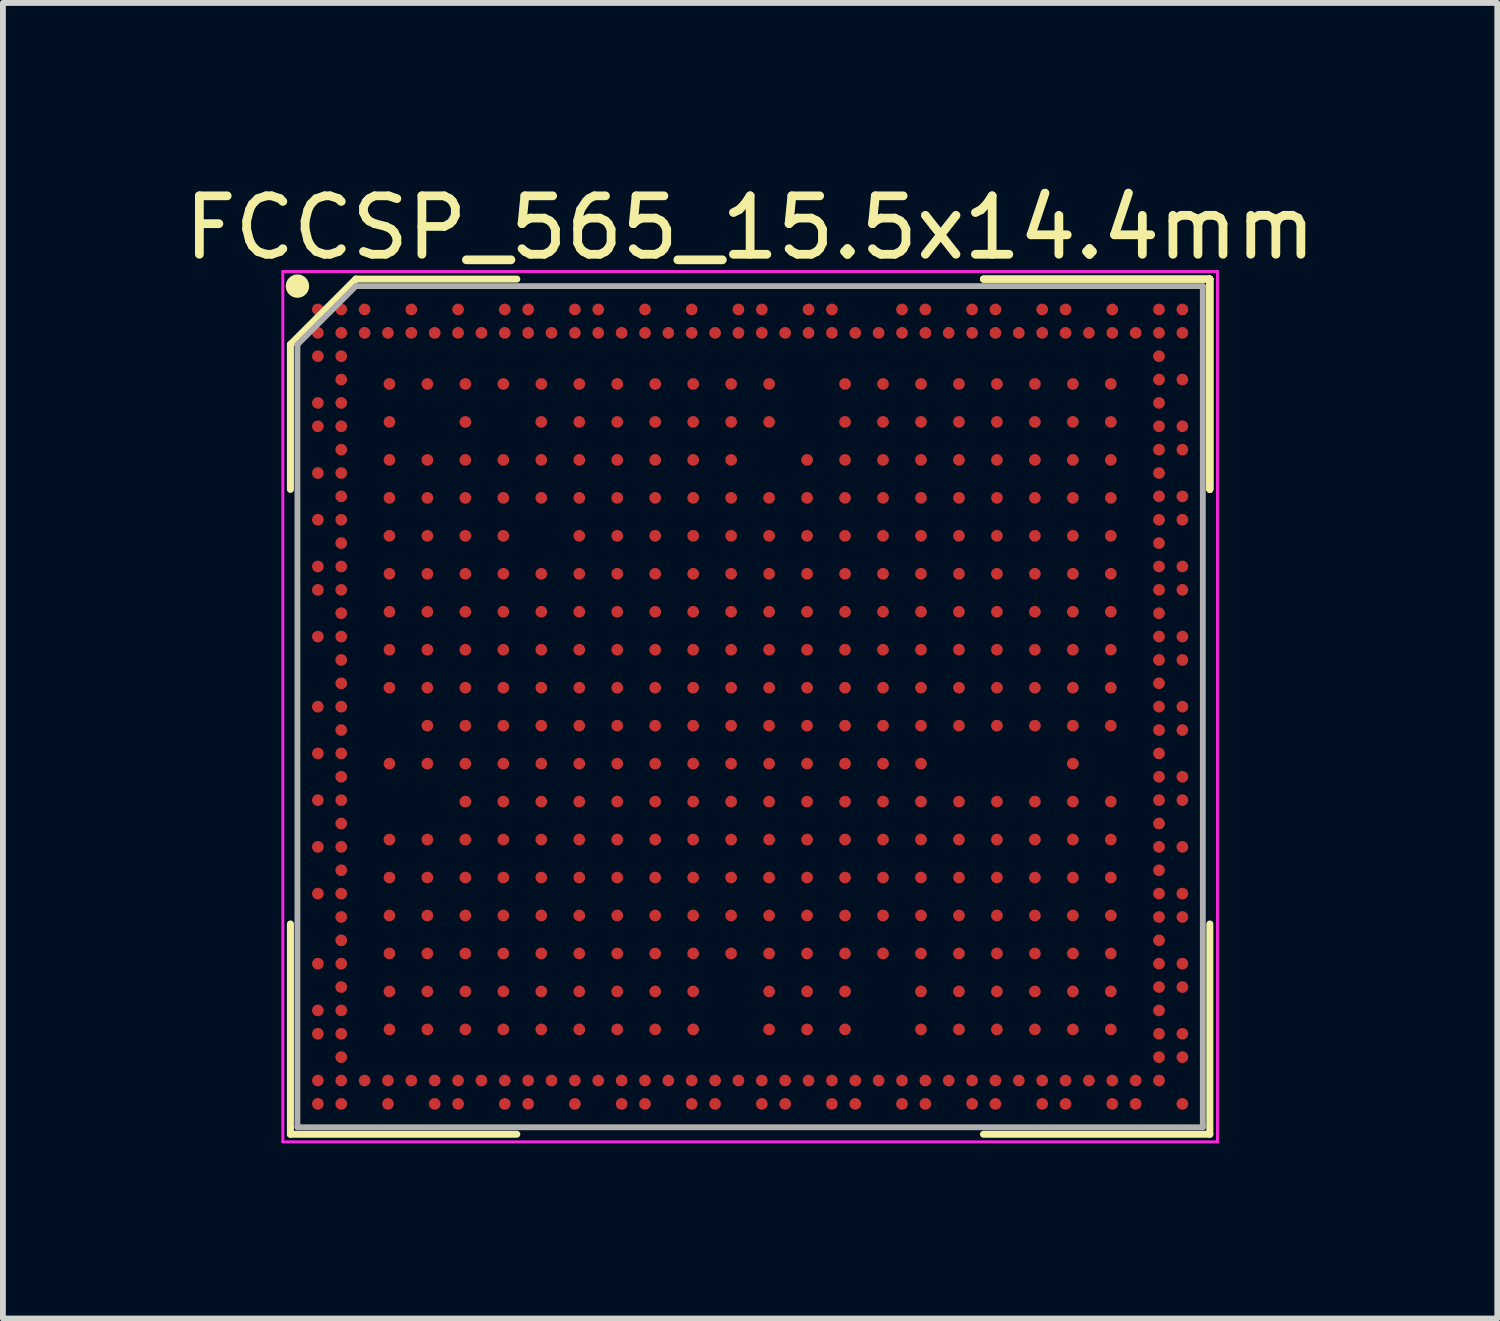
<source format=kicad_pcb>
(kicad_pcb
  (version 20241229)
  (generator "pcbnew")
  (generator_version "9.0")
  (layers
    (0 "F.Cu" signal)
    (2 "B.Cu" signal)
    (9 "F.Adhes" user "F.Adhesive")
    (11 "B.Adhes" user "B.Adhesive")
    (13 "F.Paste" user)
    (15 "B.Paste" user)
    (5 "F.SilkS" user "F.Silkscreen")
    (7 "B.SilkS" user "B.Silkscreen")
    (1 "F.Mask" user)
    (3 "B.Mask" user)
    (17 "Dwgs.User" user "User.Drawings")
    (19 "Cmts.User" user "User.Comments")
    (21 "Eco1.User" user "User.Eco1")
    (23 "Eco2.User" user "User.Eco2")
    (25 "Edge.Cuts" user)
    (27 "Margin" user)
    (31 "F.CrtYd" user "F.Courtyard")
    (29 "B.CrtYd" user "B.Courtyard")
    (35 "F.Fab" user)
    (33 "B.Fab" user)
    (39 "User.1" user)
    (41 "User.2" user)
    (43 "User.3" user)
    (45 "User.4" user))
  (footprint "FCCSP_565_15.5x14.4mm"
    (layer "F.Cu")
    (at 9.792 9.048)
    (property "Reference" "FCCSP_565_15.5x14.4mm" (at 0 -8.2 0) (layer "F.SilkS") (effects (font (size 1 1) (thickness 0.15))))
    (attr through_hole)
    (fp_line (start -7.87 -6.2) (end -7.87 -3.72) (stroke (width 0.12) (type solid)) (layer "F.SilkS"))
    (fp_line (start -7.87 7.32) (end -7.87 3.72) (stroke (width 0.12) (type solid)) (layer "F.SilkS"))
    (fp_line (start -6.75 -7.32) (end -7.87 -6.2) (stroke (width 0.12) (type solid)) (layer "F.SilkS"))
    (fp_line (start -3.995 -7.32) (end -6.75 -7.32) (stroke (width 0.12) (type solid)) (layer "F.SilkS"))
    (fp_line (start -3.995 7.32) (end -7.87 7.32) (stroke (width 0.12) (type solid)) (layer "F.SilkS"))
    (fp_line (start 3.995 -7.32) (end 7.87 -7.32) (stroke (width 0.12) (type solid)) (layer "F.SilkS"))
    (fp_line (start 3.995 -7.32) (end 7.87 -7.32) (stroke (width 0.12) (type solid)) (layer "F.SilkS"))
    (fp_line (start 3.995 -7.32) (end 7.87 -7.32) (stroke (width 0.12) (type solid)) (layer "F.SilkS"))
    (fp_line (start 3.995 7.32) (end 7.87 7.32) (stroke (width 0.12) (type solid)) (layer "F.SilkS"))
    (fp_line (start 7.87 -7.32) (end 7.87 -3.72) (stroke (width 0.12) (type solid)) (layer "F.SilkS"))
    (fp_line (start 7.87 -7.32) (end 7.87 -3.72) (stroke (width 0.12) (type solid)) (layer "F.SilkS"))
    (fp_line (start 7.87 -7.32) (end 7.87 -3.72) (stroke (width 0.12) (type solid)) (layer "F.SilkS"))
    (fp_line (start 7.87 7.32) (end 7.87 3.72) (stroke (width 0.12) (type solid)) (layer "F.SilkS"))
    (fp_circle (center -7.75 -7.2) (end -7.75 -7.1) (stroke (width 0.2) (type solid)) (fill no) (layer "F.SilkS"))
    (fp_line (start -8 -7.45) (end 8 -7.45) (stroke (width 0.05) (type solid)) (layer "F.CrtYd"))
    (fp_line (start -8 7.45) (end -8 -7.45) (stroke (width 0.05) (type solid)) (layer "F.CrtYd"))
    (fp_line (start 8 -7.45) (end 8 7.45) (stroke (width 0.05) (type solid)) (layer "F.CrtYd"))
    (fp_line (start 8 7.45) (end -8 7.45) (stroke (width 0.05) (type solid)) (layer "F.CrtYd"))
    (fp_line (start -7.75 -6.2) (end -7.75 7.2) (stroke (width 0.1) (type solid)) (layer "F.Fab"))
    (fp_line (start -7.75 7.2) (end 7.75 7.2) (stroke (width 0.1) (type solid)) (layer "F.Fab"))
    (fp_line (start -6.75 -7.2) (end -7.75 -6.2) (stroke (width 0.1) (type solid)) (layer "F.Fab"))
    (fp_line (start 7.75 -7.2) (end -6.75 -7.2) (stroke (width 0.1) (type solid)) (layer "F.Fab"))
    (fp_line (start 7.75 7.2) (end 7.75 -7.2) (stroke (width 0.1) (type solid)) (layer "F.Fab"))
    (pad "1A1" smd circle (at -6.175 -5.525) (size 0.2 0.2) (layers "F.Cu" "F.Mask" "F.Paste"))
    (pad "1A2" smd circle (at -5.525 -5.525) (size 0.2 0.2) (layers "F.Cu" "F.Mask" "F.Paste"))
    (pad "1A3" smd circle (at -4.875 -5.525) (size 0.2 0.2) (layers "F.Cu" "F.Mask" "F.Paste"))
    (pad "1A4" smd circle (at -4.225 -5.525) (size 0.2 0.2) (layers "F.Cu" "F.Mask" "F.Paste"))
    (pad "1A5" smd circle (at -3.575 -5.525) (size 0.2 0.2) (layers "F.Cu" "F.Mask" "F.Paste"))
    (pad "1A6" smd circle (at -2.925 -5.525) (size 0.2 0.2) (layers "F.Cu" "F.Mask" "F.Paste"))
    (pad "1A7" smd circle (at -2.275 -5.525) (size 0.2 0.2) (layers "F.Cu" "F.Mask" "F.Paste"))
    (pad "1A8" smd circle (at -1.625 -5.525) (size 0.2 0.2) (layers "F.Cu" "F.Mask" "F.Paste"))
    (pad "1A9" smd circle (at -0.975 -5.525) (size 0.2 0.2) (layers "F.Cu" "F.Mask" "F.Paste"))
    (pad "1A10" smd circle (at -0.325 -5.525) (size 0.2 0.2) (layers "F.Cu" "F.Mask" "F.Paste"))
    (pad "1A11" smd circle (at 0.325 -5.525) (size 0.2 0.2) (layers "F.Cu" "F.Mask" "F.Paste"))
    (pad "1A13" smd circle (at 1.625 -5.525) (size 0.2 0.2) (layers "F.Cu" "F.Mask" "F.Paste"))
    (pad "1A14" smd circle (at 2.275 -5.525) (size 0.2 0.2) (layers "F.Cu" "F.Mask" "F.Paste"))
    (pad "1A15" smd circle (at 2.925 -5.525) (size 0.2 0.2) (layers "F.Cu" "F.Mask" "F.Paste"))
    (pad "1A16" smd circle (at 3.575 -5.525) (size 0.2 0.2) (layers "F.Cu" "F.Mask" "F.Paste"))
    (pad "1A17" smd circle (at 4.225 -5.525) (size 0.2 0.2) (layers "F.Cu" "F.Mask" "F.Paste"))
    (pad "1A18" smd circle (at 4.875 -5.525) (size 0.2 0.2) (layers "F.Cu" "F.Mask" "F.Paste"))
    (pad "1A19" smd circle (at 5.525 -5.525) (size 0.2 0.2) (layers "F.Cu" "F.Mask" "F.Paste"))
    (pad "1A20" smd circle (at 6.175 -5.525) (size 0.2 0.2) (layers "F.Cu" "F.Mask" "F.Paste"))
    (pad "1B1" smd circle (at -6.175 -4.875) (size 0.2 0.2) (layers "F.Cu" "F.Mask" "F.Paste"))
    (pad "1B3" smd circle (at -4.875 -4.875) (size 0.2 0.2) (layers "F.Cu" "F.Mask" "F.Paste"))
    (pad "1B5" smd circle (at -3.575 -4.875) (size 0.2 0.2) (layers "F.Cu" "F.Mask" "F.Paste"))
    (pad "1B6" smd circle (at -2.925 -4.875) (size 0.2 0.2) (layers "F.Cu" "F.Mask" "F.Paste"))
    (pad "1B7" smd circle (at -2.275 -4.875) (size 0.2 0.2) (layers "F.Cu" "F.Mask" "F.Paste"))
    (pad "1B8" smd circle (at -1.625 -4.875) (size 0.2 0.2) (layers "F.Cu" "F.Mask" "F.Paste"))
    (pad "1B9" smd circle (at -0.975 -4.875) (size 0.2 0.2) (layers "F.Cu" "F.Mask" "F.Paste"))
    (pad "1B10" smd circle (at -0.325 -4.875) (size 0.2 0.2) (layers "F.Cu" "F.Mask" "F.Paste"))
    (pad "1B11" smd circle (at 0.325 -4.875) (size 0.2 0.2) (layers "F.Cu" "F.Mask" "F.Paste"))
    (pad "1B13" smd circle (at 1.625 -4.875) (size 0.2 0.2) (layers "F.Cu" "F.Mask" "F.Paste"))
    (pad "1B14" smd circle (at 2.275 -4.875) (size 0.2 0.2) (layers "F.Cu" "F.Mask" "F.Paste"))
    (pad "1B15" smd circle (at 2.925 -4.875) (size 0.2 0.2) (layers "F.Cu" "F.Mask" "F.Paste"))
    (pad "1B16" smd circle (at 3.575 -4.875) (size 0.2 0.2) (layers "F.Cu" "F.Mask" "F.Paste"))
    (pad "1B17" smd circle (at 4.225 -4.875) (size 0.2 0.2) (layers "F.Cu" "F.Mask" "F.Paste"))
    (pad "1B18" smd circle (at 4.875 -4.875) (size 0.2 0.2) (layers "F.Cu" "F.Mask" "F.Paste"))
    (pad "1B19" smd circle (at 5.525 -4.875) (size 0.2 0.2) (layers "F.Cu" "F.Mask" "F.Paste"))
    (pad "1B20" smd circle (at 6.175 -4.875) (size 0.2 0.2) (layers "F.Cu" "F.Mask" "F.Paste"))
    (pad "1C1" smd circle (at -6.175 -4.225) (size 0.2 0.2) (layers "F.Cu" "F.Mask" "F.Paste"))
    (pad "1C2" smd circle (at -5.525 -4.225) (size 0.2 0.2) (layers "F.Cu" "F.Mask" "F.Paste"))
    (pad "1C3" smd circle (at -4.875 -4.225) (size 0.2 0.2) (layers "F.Cu" "F.Mask" "F.Paste"))
    (pad "1C4" smd circle (at -4.225 -4.225) (size 0.2 0.2) (layers "F.Cu" "F.Mask" "F.Paste"))
    (pad "1C5" smd circle (at -3.575 -4.225) (size 0.2 0.2) (layers "F.Cu" "F.Mask" "F.Paste"))
    (pad "1C6" smd circle (at -2.925 -4.225) (size 0.2 0.2) (layers "F.Cu" "F.Mask" "F.Paste"))
    (pad "1C7" smd circle (at -2.275 -4.225) (size 0.2 0.2) (layers "F.Cu" "F.Mask" "F.Paste"))
    (pad "1C8" smd circle (at -1.625 -4.225) (size 0.2 0.2) (layers "F.Cu" "F.Mask" "F.Paste"))
    (pad "1C9" smd circle (at -0.975 -4.225) (size 0.2 0.2) (layers "F.Cu" "F.Mask" "F.Paste"))
    (pad "1C10" smd circle (at -0.325 -4.225) (size 0.2 0.2) (layers "F.Cu" "F.Mask" "F.Paste"))
    (pad "1C12" smd circle (at 0.975 -4.225) (size 0.2 0.2) (layers "F.Cu" "F.Mask" "F.Paste"))
    (pad "1C13" smd circle (at 1.625 -4.225) (size 0.2 0.2) (layers "F.Cu" "F.Mask" "F.Paste"))
    (pad "1C14" smd circle (at 2.275 -4.225) (size 0.2 0.2) (layers "F.Cu" "F.Mask" "F.Paste"))
    (pad "1C15" smd circle (at 2.925 -4.225) (size 0.2 0.2) (layers "F.Cu" "F.Mask" "F.Paste"))
    (pad "1C16" smd circle (at 3.575 -4.225) (size 0.2 0.2) (layers "F.Cu" "F.Mask" "F.Paste"))
    (pad "1C17" smd circle (at 4.225 -4.225) (size 0.2 0.2) (layers "F.Cu" "F.Mask" "F.Paste"))
    (pad "1C18" smd circle (at 4.875 -4.225) (size 0.2 0.2) (layers "F.Cu" "F.Mask" "F.Paste"))
    (pad "1C19" smd circle (at 5.525 -4.225) (size 0.2 0.2) (layers "F.Cu" "F.Mask" "F.Paste"))
    (pad "1C20" smd circle (at 6.175 -4.225) (size 0.2 0.2) (layers "F.Cu" "F.Mask" "F.Paste"))
    (pad "1D1" smd circle (at -6.175 -3.575) (size 0.2 0.2) (layers "F.Cu" "F.Mask" "F.Paste"))
    (pad "1D2" smd circle (at -5.525 -3.575) (size 0.2 0.2) (layers "F.Cu" "F.Mask" "F.Paste"))
    (pad "1D3" smd circle (at -4.875 -3.575) (size 0.2 0.2) (layers "F.Cu" "F.Mask" "F.Paste"))
    (pad "1D4" smd circle (at -4.225 -3.575) (size 0.2 0.2) (layers "F.Cu" "F.Mask" "F.Paste"))
    (pad "1D5" smd circle (at -3.575 -3.575) (size 0.2 0.2) (layers "F.Cu" "F.Mask" "F.Paste"))
    (pad "1D6" smd circle (at -2.925 -3.575) (size 0.2 0.2) (layers "F.Cu" "F.Mask" "F.Paste"))
    (pad "1D7" smd circle (at -2.275 -3.575) (size 0.2 0.2) (layers "F.Cu" "F.Mask" "F.Paste"))
    (pad "1D8" smd circle (at -1.625 -3.575) (size 0.2 0.2) (layers "F.Cu" "F.Mask" "F.Paste"))
    (pad "1D9" smd circle (at -0.975 -3.575) (size 0.2 0.2) (layers "F.Cu" "F.Mask" "F.Paste"))
    (pad "1D10" smd circle (at -0.325 -3.575) (size 0.2 0.2) (layers "F.Cu" "F.Mask" "F.Paste"))
    (pad "1D11" smd circle (at 0.325 -3.575) (size 0.2 0.2) (layers "F.Cu" "F.Mask" "F.Paste"))
    (pad "1D12" smd circle (at 0.975 -3.575) (size 0.2 0.2) (layers "F.Cu" "F.Mask" "F.Paste"))
    (pad "1D13" smd circle (at 1.625 -3.575) (size 0.2 0.2) (layers "F.Cu" "F.Mask" "F.Paste"))
    (pad "1D14" smd circle (at 2.275 -3.575) (size 0.2 0.2) (layers "F.Cu" "F.Mask" "F.Paste"))
    (pad "1D15" smd circle (at 2.925 -3.575) (size 0.2 0.2) (layers "F.Cu" "F.Mask" "F.Paste"))
    (pad "1D16" smd circle (at 3.575 -3.575) (size 0.2 0.2) (layers "F.Cu" "F.Mask" "F.Paste"))
    (pad "1D17" smd circle (at 4.225 -3.575) (size 0.2 0.2) (layers "F.Cu" "F.Mask" "F.Paste"))
    (pad "1D18" smd circle (at 4.875 -3.575) (size 0.2 0.2) (layers "F.Cu" "F.Mask" "F.Paste"))
    (pad "1D19" smd circle (at 5.525 -3.575) (size 0.2 0.2) (layers "F.Cu" "F.Mask" "F.Paste"))
    (pad "1D20" smd circle (at 6.175 -3.575) (size 0.2 0.2) (layers "F.Cu" "F.Mask" "F.Paste"))
    (pad "1E1" smd circle (at -6.175 -2.925) (size 0.2 0.2) (layers "F.Cu" "F.Mask" "F.Paste"))
    (pad "1E2" smd circle (at -5.525 -2.925) (size 0.2 0.2) (layers "F.Cu" "F.Mask" "F.Paste"))
    (pad "1E3" smd circle (at -4.875 -2.925) (size 0.2 0.2) (layers "F.Cu" "F.Mask" "F.Paste"))
    (pad "1E4" smd circle (at -4.225 -2.925) (size 0.2 0.2) (layers "F.Cu" "F.Mask" "F.Paste"))
    (pad "1E6" smd circle (at -2.925 -2.925) (size 0.2 0.2) (layers "F.Cu" "F.Mask" "F.Paste"))
    (pad "1E7" smd circle (at -2.275 -2.925) (size 0.2 0.2) (layers "F.Cu" "F.Mask" "F.Paste"))
    (pad "1E8" smd circle (at -1.625 -2.925) (size 0.2 0.2) (layers "F.Cu" "F.Mask" "F.Paste"))
    (pad "1E9" smd circle (at -0.975 -2.925) (size 0.2 0.2) (layers "F.Cu" "F.Mask" "F.Paste"))
    (pad "1E10" smd circle (at -0.325 -2.925) (size 0.2 0.2) (layers "F.Cu" "F.Mask" "F.Paste"))
    (pad "1E11" smd circle (at 0.325 -2.925) (size 0.2 0.2) (layers "F.Cu" "F.Mask" "F.Paste"))
    (pad "1E12" smd circle (at 0.975 -2.925) (size 0.2 0.2) (layers "F.Cu" "F.Mask" "F.Paste"))
    (pad "1E13" smd circle (at 1.625 -2.925) (size 0.2 0.2) (layers "F.Cu" "F.Mask" "F.Paste"))
    (pad "1E14" smd circle (at 2.275 -2.925) (size 0.2 0.2) (layers "F.Cu" "F.Mask" "F.Paste"))
    (pad "1E15" smd circle (at 2.925 -2.925) (size 0.2 0.2) (layers "F.Cu" "F.Mask" "F.Paste"))
    (pad "1E16" smd circle (at 3.575 -2.925) (size 0.2 0.2) (layers "F.Cu" "F.Mask" "F.Paste"))
    (pad "1E17" smd circle (at 4.225 -2.925) (size 0.2 0.2) (layers "F.Cu" "F.Mask" "F.Paste"))
    (pad "1E18" smd circle (at 4.875 -2.925) (size 0.2 0.2) (layers "F.Cu" "F.Mask" "F.Paste"))
    (pad "1E19" smd circle (at 5.525 -2.925) (size 0.2 0.2) (layers "F.Cu" "F.Mask" "F.Paste"))
    (pad "1E20" smd circle (at 6.175 -2.925) (size 0.2 0.2) (layers "F.Cu" "F.Mask" "F.Paste"))
    (pad "1F1" smd circle (at -6.175 -2.275) (size 0.2 0.2) (layers "F.Cu" "F.Mask" "F.Paste"))
    (pad "1F2" smd circle (at -5.525 -2.275) (size 0.2 0.2) (layers "F.Cu" "F.Mask" "F.Paste"))
    (pad "1F3" smd circle (at -4.875 -2.275) (size 0.2 0.2) (layers "F.Cu" "F.Mask" "F.Paste"))
    (pad "1F4" smd circle (at -4.225 -2.275) (size 0.2 0.2) (layers "F.Cu" "F.Mask" "F.Paste"))
    (pad "1F5" smd circle (at -3.575 -2.275) (size 0.2 0.2) (layers "F.Cu" "F.Mask" "F.Paste"))
    (pad "1F6" smd circle (at -2.925 -2.275) (size 0.2 0.2) (layers "F.Cu" "F.Mask" "F.Paste"))
    (pad "1F7" smd circle (at -2.275 -2.275) (size 0.2 0.2) (layers "F.Cu" "F.Mask" "F.Paste"))
    (pad "1F8" smd circle (at -1.625 -2.275) (size 0.2 0.2) (layers "F.Cu" "F.Mask" "F.Paste"))
    (pad "1F9" smd circle (at -0.975 -2.275) (size 0.2 0.2) (layers "F.Cu" "F.Mask" "F.Paste"))
    (pad "1F10" smd circle (at -0.325 -2.275) (size 0.2 0.2) (layers "F.Cu" "F.Mask" "F.Paste"))
    (pad "1F11" smd circle (at 0.325 -2.275) (size 0.2 0.2) (layers "F.Cu" "F.Mask" "F.Paste"))
    (pad "1F12" smd circle (at 0.975 -2.275) (size 0.2 0.2) (layers "F.Cu" "F.Mask" "F.Paste"))
    (pad "1F13" smd circle (at 1.625 -2.275) (size 0.2 0.2) (layers "F.Cu" "F.Mask" "F.Paste"))
    (pad "1F14" smd circle (at 2.275 -2.275) (size 0.2 0.2) (layers "F.Cu" "F.Mask" "F.Paste"))
    (pad "1F15" smd circle (at 2.925 -2.275) (size 0.2 0.2) (layers "F.Cu" "F.Mask" "F.Paste"))
    (pad "1F16" smd circle (at 3.575 -2.275) (size 0.2 0.2) (layers "F.Cu" "F.Mask" "F.Paste"))
    (pad "1F17" smd circle (at 4.225 -2.275) (size 0.2 0.2) (layers "F.Cu" "F.Mask" "F.Paste"))
    (pad "1F18" smd circle (at 4.875 -2.275) (size 0.2 0.2) (layers "F.Cu" "F.Mask" "F.Paste"))
    (pad "1F19" smd circle (at 5.525 -2.275) (size 0.2 0.2) (layers "F.Cu" "F.Mask" "F.Paste"))
    (pad "1F20" smd circle (at 6.175 -2.275) (size 0.2 0.2) (layers "F.Cu" "F.Mask" "F.Paste"))
    (pad "1G1" smd circle (at -6.175 -1.625) (size 0.2 0.2) (layers "F.Cu" "F.Mask" "F.Paste"))
    (pad "1G2" smd circle (at -5.525 -1.625) (size 0.2 0.2) (layers "F.Cu" "F.Mask" "F.Paste"))
    (pad "1G3" smd circle (at -4.875 -1.625) (size 0.2 0.2) (layers "F.Cu" "F.Mask" "F.Paste"))
    (pad "1G4" smd circle (at -4.225 -1.625) (size 0.2 0.2) (layers "F.Cu" "F.Mask" "F.Paste"))
    (pad "1G5" smd circle (at -3.575 -1.625) (size 0.2 0.2) (layers "F.Cu" "F.Mask" "F.Paste"))
    (pad "1G6" smd circle (at -2.925 -1.625) (size 0.2 0.2) (layers "F.Cu" "F.Mask" "F.Paste"))
    (pad "1G7" smd circle (at -2.275 -1.625) (size 0.2 0.2) (layers "F.Cu" "F.Mask" "F.Paste"))
    (pad "1G8" smd circle (at -1.625 -1.625) (size 0.2 0.2) (layers "F.Cu" "F.Mask" "F.Paste"))
    (pad "1G9" smd circle (at -0.975 -1.625) (size 0.2 0.2) (layers "F.Cu" "F.Mask" "F.Paste"))
    (pad "1G10" smd circle (at -0.325 -1.625) (size 0.2 0.2) (layers "F.Cu" "F.Mask" "F.Paste"))
    (pad "1G11" smd circle (at 0.325 -1.625) (size 0.2 0.2) (layers "F.Cu" "F.Mask" "F.Paste"))
    (pad "1G12" smd circle (at 0.975 -1.625) (size 0.2 0.2) (layers "F.Cu" "F.Mask" "F.Paste"))
    (pad "1G13" smd circle (at 1.625 -1.625) (size 0.2 0.2) (layers "F.Cu" "F.Mask" "F.Paste"))
    (pad "1G14" smd circle (at 2.275 -1.625) (size 0.2 0.2) (layers "F.Cu" "F.Mask" "F.Paste"))
    (pad "1G15" smd circle (at 2.925 -1.625) (size 0.2 0.2) (layers "F.Cu" "F.Mask" "F.Paste"))
    (pad "1G16" smd circle (at 3.575 -1.625) (size 0.2 0.2) (layers "F.Cu" "F.Mask" "F.Paste"))
    (pad "1G17" smd circle (at 4.225 -1.625) (size 0.2 0.2) (layers "F.Cu" "F.Mask" "F.Paste"))
    (pad "1G18" smd circle (at 4.875 -1.625) (size 0.2 0.2) (layers "F.Cu" "F.Mask" "F.Paste"))
    (pad "1G19" smd circle (at 5.525 -1.625) (size 0.2 0.2) (layers "F.Cu" "F.Mask" "F.Paste"))
    (pad "1G20" smd circle (at 6.175 -1.625) (size 0.2 0.2) (layers "F.Cu" "F.Mask" "F.Paste"))
    (pad "1H1" smd circle (at -6.175 -0.975) (size 0.2 0.2) (layers "F.Cu" "F.Mask" "F.Paste"))
    (pad "1H2" smd circle (at -5.525 -0.975) (size 0.2 0.2) (layers "F.Cu" "F.Mask" "F.Paste"))
    (pad "1H3" smd circle (at -4.875 -0.975) (size 0.2 0.2) (layers "F.Cu" "F.Mask" "F.Paste"))
    (pad "1H4" smd circle (at -4.225 -0.975) (size 0.2 0.2) (layers "F.Cu" "F.Mask" "F.Paste"))
    (pad "1H5" smd circle (at -3.575 -0.975) (size 0.2 0.2) (layers "F.Cu" "F.Mask" "F.Paste"))
    (pad "1H6" smd circle (at -2.925 -0.975) (size 0.2 0.2) (layers "F.Cu" "F.Mask" "F.Paste"))
    (pad "1H7" smd circle (at -2.275 -0.975) (size 0.2 0.2) (layers "F.Cu" "F.Mask" "F.Paste"))
    (pad "1H8" smd circle (at -1.625 -0.975) (size 0.2 0.2) (layers "F.Cu" "F.Mask" "F.Paste"))
    (pad "1H9" smd circle (at -0.975 -0.975) (size 0.2 0.2) (layers "F.Cu" "F.Mask" "F.Paste"))
    (pad "1H10" smd circle (at -0.325 -0.975) (size 0.2 0.2) (layers "F.Cu" "F.Mask" "F.Paste"))
    (pad "1H11" smd circle (at 0.325 -0.975) (size 0.2 0.2) (layers "F.Cu" "F.Mask" "F.Paste"))
    (pad "1H12" smd circle (at 0.975 -0.975) (size 0.2 0.2) (layers "F.Cu" "F.Mask" "F.Paste"))
    (pad "1H13" smd circle (at 1.625 -0.975) (size 0.2 0.2) (layers "F.Cu" "F.Mask" "F.Paste"))
    (pad "1H14" smd circle (at 2.275 -0.975) (size 0.2 0.2) (layers "F.Cu" "F.Mask" "F.Paste"))
    (pad "1H15" smd circle (at 2.925 -0.975) (size 0.2 0.2) (layers "F.Cu" "F.Mask" "F.Paste"))
    (pad "1H16" smd circle (at 3.575 -0.975) (size 0.2 0.2) (layers "F.Cu" "F.Mask" "F.Paste"))
    (pad "1H17" smd circle (at 4.225 -0.975) (size 0.2 0.2) (layers "F.Cu" "F.Mask" "F.Paste"))
    (pad "1H18" smd circle (at 4.875 -0.975) (size 0.2 0.2) (layers "F.Cu" "F.Mask" "F.Paste"))
    (pad "1H19" smd circle (at 5.525 -0.975) (size 0.2 0.2) (layers "F.Cu" "F.Mask" "F.Paste"))
    (pad "1H20" smd circle (at 6.175 -0.975) (size 0.2 0.2) (layers "F.Cu" "F.Mask" "F.Paste"))
    (pad "1J1" smd circle (at -6.175 -0.325) (size 0.2 0.2) (layers "F.Cu" "F.Mask" "F.Paste"))
    (pad "1J2" smd circle (at -5.525 -0.325) (size 0.2 0.2) (layers "F.Cu" "F.Mask" "F.Paste"))
    (pad "1J3" smd circle (at -4.875 -0.325) (size 0.2 0.2) (layers "F.Cu" "F.Mask" "F.Paste"))
    (pad "1J4" smd circle (at -4.225 -0.325) (size 0.2 0.2) (layers "F.Cu" "F.Mask" "F.Paste"))
    (pad "1J5" smd circle (at -3.575 -0.325) (size 0.2 0.2) (layers "F.Cu" "F.Mask" "F.Paste"))
    (pad "1J6" smd circle (at -2.925 -0.325) (size 0.2 0.2) (layers "F.Cu" "F.Mask" "F.Paste"))
    (pad "1J7" smd circle (at -2.275 -0.325) (size 0.2 0.2) (layers "F.Cu" "F.Mask" "F.Paste"))
    (pad "1J8" smd circle (at -1.625 -0.325) (size 0.2 0.2) (layers "F.Cu" "F.Mask" "F.Paste"))
    (pad "1J9" smd circle (at -0.975 -0.325) (size 0.2 0.2) (layers "F.Cu" "F.Mask" "F.Paste"))
    (pad "1J10" smd circle (at -0.325 -0.325) (size 0.2 0.2) (layers "F.Cu" "F.Mask" "F.Paste"))
    (pad "1J11" smd circle (at 0.325 -0.325) (size 0.2 0.2) (layers "F.Cu" "F.Mask" "F.Paste"))
    (pad "1J12" smd circle (at 0.975 -0.325) (size 0.2 0.2) (layers "F.Cu" "F.Mask" "F.Paste"))
    (pad "1J13" smd circle (at 1.625 -0.325) (size 0.2 0.2) (layers "F.Cu" "F.Mask" "F.Paste"))
    (pad "1J14" smd circle (at 2.275 -0.325) (size 0.2 0.2) (layers "F.Cu" "F.Mask" "F.Paste"))
    (pad "1J15" smd circle (at 2.925 -0.325) (size 0.2 0.2) (layers "F.Cu" "F.Mask" "F.Paste"))
    (pad "1J16" smd circle (at 3.575 -0.325) (size 0.2 0.2) (layers "F.Cu" "F.Mask" "F.Paste"))
    (pad "1J17" smd circle (at 4.225 -0.325) (size 0.2 0.2) (layers "F.Cu" "F.Mask" "F.Paste"))
    (pad "1J18" smd circle (at 4.875 -0.325) (size 0.2 0.2) (layers "F.Cu" "F.Mask" "F.Paste"))
    (pad "1J19" smd circle (at 5.525 -0.325) (size 0.2 0.2) (layers "F.Cu" "F.Mask" "F.Paste"))
    (pad "1J20" smd circle (at 6.175 -0.325) (size 0.2 0.2) (layers "F.Cu" "F.Mask" "F.Paste"))
    (pad "1K2" smd circle (at -5.525 0.325) (size 0.2 0.2) (layers "F.Cu" "F.Mask" "F.Paste"))
    (pad "1K3" smd circle (at -4.875 0.325) (size 0.2 0.2) (layers "F.Cu" "F.Mask" "F.Paste"))
    (pad "1K4" smd circle (at -4.225 0.325) (size 0.2 0.2) (layers "F.Cu" "F.Mask" "F.Paste"))
    (pad "1K5" smd circle (at -3.575 0.325) (size 0.2 0.2) (layers "F.Cu" "F.Mask" "F.Paste"))
    (pad "1K6" smd circle (at -2.925 0.325) (size 0.2 0.2) (layers "F.Cu" "F.Mask" "F.Paste"))
    (pad "1K7" smd circle (at -2.275 0.325) (size 0.2 0.2) (layers "F.Cu" "F.Mask" "F.Paste"))
    (pad "1K8" smd circle (at -1.625 0.325) (size 0.2 0.2) (layers "F.Cu" "F.Mask" "F.Paste"))
    (pad "1K9" smd circle (at -0.975 0.325) (size 0.2 0.2) (layers "F.Cu" "F.Mask" "F.Paste"))
    (pad "1K10" smd circle (at -0.325 0.325) (size 0.2 0.2) (layers "F.Cu" "F.Mask" "F.Paste"))
    (pad "1K11" smd circle (at 0.325 0.325) (size 0.2 0.2) (layers "F.Cu" "F.Mask" "F.Paste"))
    (pad "1K12" smd circle (at 0.975 0.325) (size 0.2 0.2) (layers "F.Cu" "F.Mask" "F.Paste"))
    (pad "1K13" smd circle (at 1.625 0.325) (size 0.2 0.2) (layers "F.Cu" "F.Mask" "F.Paste"))
    (pad "1K14" smd circle (at 2.275 0.325) (size 0.2 0.2) (layers "F.Cu" "F.Mask" "F.Paste"))
    (pad "1K15" smd circle (at 2.925 0.325) (size 0.2 0.2) (layers "F.Cu" "F.Mask" "F.Paste"))
    (pad "1K16" smd circle (at 3.575 0.325) (size 0.2 0.2) (layers "F.Cu" "F.Mask" "F.Paste"))
    (pad "1K17" smd circle (at 4.225 0.325) (size 0.2 0.2) (layers "F.Cu" "F.Mask" "F.Paste"))
    (pad "1K18" smd circle (at 4.875 0.325) (size 0.2 0.2) (layers "F.Cu" "F.Mask" "F.Paste"))
    (pad "1K19" smd circle (at 5.525 0.325) (size 0.2 0.2) (layers "F.Cu" "F.Mask" "F.Paste"))
    (pad "1K20" smd circle (at 6.175 0.325) (size 0.2 0.2) (layers "F.Cu" "F.Mask" "F.Paste"))
    (pad "1L1" smd circle (at -6.175 0.975) (size 0.2 0.2) (layers "F.Cu" "F.Mask" "F.Paste"))
    (pad "1L2" smd circle (at -5.525 0.975) (size 0.2 0.2) (layers "F.Cu" "F.Mask" "F.Paste"))
    (pad "1L3" smd circle (at -4.875 0.975) (size 0.2 0.2) (layers "F.Cu" "F.Mask" "F.Paste"))
    (pad "1L4" smd circle (at -4.225 0.975) (size 0.2 0.2) (layers "F.Cu" "F.Mask" "F.Paste"))
    (pad "1L5" smd circle (at -3.575 0.975) (size 0.2 0.2) (layers "F.Cu" "F.Mask" "F.Paste"))
    (pad "1L6" smd circle (at -2.925 0.975) (size 0.2 0.2) (layers "F.Cu" "F.Mask" "F.Paste"))
    (pad "1L7" smd circle (at -2.275 0.975) (size 0.2 0.2) (layers "F.Cu" "F.Mask" "F.Paste"))
    (pad "1L8" smd circle (at -1.625 0.975) (size 0.2 0.2) (layers "F.Cu" "F.Mask" "F.Paste"))
    (pad "1L9" smd circle (at -0.975 0.975) (size 0.2 0.2) (layers "F.Cu" "F.Mask" "F.Paste"))
    (pad "1L10" smd circle (at -0.325 0.975) (size 0.2 0.2) (layers "F.Cu" "F.Mask" "F.Paste"))
    (pad "1L11" smd circle (at 0.325 0.975) (size 0.2 0.2) (layers "F.Cu" "F.Mask" "F.Paste"))
    (pad "1L12" smd circle (at 0.975 0.975) (size 0.2 0.2) (layers "F.Cu" "F.Mask" "F.Paste"))
    (pad "1L13" smd circle (at 1.625 0.975) (size 0.2 0.2) (layers "F.Cu" "F.Mask" "F.Paste"))
    (pad "1L14" smd circle (at 2.275 0.975) (size 0.2 0.2) (layers "F.Cu" "F.Mask" "F.Paste"))
    (pad "1L15" smd circle (at 2.925 0.975) (size 0.2 0.2) (layers "F.Cu" "F.Mask" "F.Paste"))
    (pad "1L19" smd circle (at 5.525 0.975) (size 0.2 0.2) (layers "F.Cu" "F.Mask" "F.Paste"))
    (pad "1M3" smd circle (at -4.875 1.625) (size 0.2 0.2) (layers "F.Cu" "F.Mask" "F.Paste"))
    (pad "1M4" smd circle (at -4.225 1.625) (size 0.2 0.2) (layers "F.Cu" "F.Mask" "F.Paste"))
    (pad "1M5" smd circle (at -3.575 1.625) (size 0.2 0.2) (layers "F.Cu" "F.Mask" "F.Paste"))
    (pad "1M6" smd circle (at -2.925 1.625) (size 0.2 0.2) (layers "F.Cu" "F.Mask" "F.Paste"))
    (pad "1M7" smd circle (at -2.275 1.625) (size 0.2 0.2) (layers "F.Cu" "F.Mask" "F.Paste"))
    (pad "1M8" smd circle (at -1.625 1.625) (size 0.2 0.2) (layers "F.Cu" "F.Mask" "F.Paste"))
    (pad "1M9" smd circle (at -0.975 1.625) (size 0.2 0.2) (layers "F.Cu" "F.Mask" "F.Paste"))
    (pad "1M10" smd circle (at -0.325 1.625) (size 0.2 0.2) (layers "F.Cu" "F.Mask" "F.Paste"))
    (pad "1M11" smd circle (at 0.325 1.625) (size 0.2 0.2) (layers "F.Cu" "F.Mask" "F.Paste"))
    (pad "1M12" smd circle (at 0.975 1.625) (size 0.2 0.2) (layers "F.Cu" "F.Mask" "F.Paste"))
    (pad "1M13" smd circle (at 1.625 1.625) (size 0.2 0.2) (layers "F.Cu" "F.Mask" "F.Paste"))
    (pad "1M14" smd circle (at 2.275 1.625) (size 0.2 0.2) (layers "F.Cu" "F.Mask" "F.Paste"))
    (pad "1M15" smd circle (at 2.925 1.625) (size 0.2 0.2) (layers "F.Cu" "F.Mask" "F.Paste"))
    (pad "1M16" smd circle (at 3.575 1.625) (size 0.2 0.2) (layers "F.Cu" "F.Mask" "F.Paste"))
    (pad "1M17" smd circle (at 4.225 1.625) (size 0.2 0.2) (layers "F.Cu" "F.Mask" "F.Paste"))
    (pad "1M18" smd circle (at 4.875 1.625) (size 0.2 0.2) (layers "F.Cu" "F.Mask" "F.Paste"))
    (pad "1M19" smd circle (at 5.525 1.625) (size 0.2 0.2) (layers "F.Cu" "F.Mask" "F.Paste"))
    (pad "1M20" smd circle (at 6.175 1.625) (size 0.2 0.2) (layers "F.Cu" "F.Mask" "F.Paste"))
    (pad "1N1" smd circle (at -6.175 2.275) (size 0.2 0.2) (layers "F.Cu" "F.Mask" "F.Paste"))
    (pad "1N2" smd circle (at -5.525 2.275) (size 0.2 0.2) (layers "F.Cu" "F.Mask" "F.Paste"))
    (pad "1N3" smd circle (at -4.875 2.275) (size 0.2 0.2) (layers "F.Cu" "F.Mask" "F.Paste"))
    (pad "1N4" smd circle (at -4.225 2.275) (size 0.2 0.2) (layers "F.Cu" "F.Mask" "F.Paste"))
    (pad "1N5" smd circle (at -3.575 2.275) (size 0.2 0.2) (layers "F.Cu" "F.Mask" "F.Paste"))
    (pad "1N6" smd circle (at -2.925 2.275) (size 0.2 0.2) (layers "F.Cu" "F.Mask" "F.Paste"))
    (pad "1N7" smd circle (at -2.275 2.275) (size 0.2 0.2) (layers "F.Cu" "F.Mask" "F.Paste"))
    (pad "1N8" smd circle (at -1.625 2.275) (size 0.2 0.2) (layers "F.Cu" "F.Mask" "F.Paste"))
    (pad "1N9" smd circle (at -0.975 2.275) (size 0.2 0.2) (layers "F.Cu" "F.Mask" "F.Paste"))
    (pad "1N10" smd circle (at -0.325 2.275) (size 0.2 0.2) (layers "F.Cu" "F.Mask" "F.Paste"))
    (pad "1N11" smd circle (at 0.325 2.275) (size 0.2 0.2) (layers "F.Cu" "F.Mask" "F.Paste"))
    (pad "1N12" smd circle (at 0.975 2.275) (size 0.2 0.2) (layers "F.Cu" "F.Mask" "F.Paste"))
    (pad "1N13" smd circle (at 1.625 2.275) (size 0.2 0.2) (layers "F.Cu" "F.Mask" "F.Paste"))
    (pad "1N14" smd circle (at 2.275 2.275) (size 0.2 0.2) (layers "F.Cu" "F.Mask" "F.Paste"))
    (pad "1N15" smd circle (at 2.925 2.275) (size 0.2 0.2) (layers "F.Cu" "F.Mask" "F.Paste"))
    (pad "1N16" smd circle (at 3.575 2.275) (size 0.2 0.2) (layers "F.Cu" "F.Mask" "F.Paste"))
    (pad "1N17" smd circle (at 4.225 2.275) (size 0.2 0.2) (layers "F.Cu" "F.Mask" "F.Paste"))
    (pad "1N18" smd circle (at 4.875 2.275) (size 0.2 0.2) (layers "F.Cu" "F.Mask" "F.Paste"))
    (pad "1N19" smd circle (at 5.525 2.275) (size 0.2 0.2) (layers "F.Cu" "F.Mask" "F.Paste"))
    (pad "1N20" smd circle (at 6.175 2.275) (size 0.2 0.2) (layers "F.Cu" "F.Mask" "F.Paste"))
    (pad "1P1" smd circle (at -6.175 2.925) (size 0.2 0.2) (layers "F.Cu" "F.Mask" "F.Paste"))
    (pad "1P2" smd circle (at -5.525 2.925) (size 0.2 0.2) (layers "F.Cu" "F.Mask" "F.Paste"))
    (pad "1P3" smd circle (at -4.875 2.925) (size 0.2 0.2) (layers "F.Cu" "F.Mask" "F.Paste"))
    (pad "1P4" smd circle (at -4.225 2.925) (size 0.2 0.2) (layers "F.Cu" "F.Mask" "F.Paste"))
    (pad "1P5" smd circle (at -3.575 2.925) (size 0.2 0.2) (layers "F.Cu" "F.Mask" "F.Paste"))
    (pad "1P6" smd circle (at -2.925 2.925) (size 0.2 0.2) (layers "F.Cu" "F.Mask" "F.Paste"))
    (pad "1P7" smd circle (at -2.275 2.925) (size 0.2 0.2) (layers "F.Cu" "F.Mask" "F.Paste"))
    (pad "1P8" smd circle (at -1.625 2.925) (size 0.2 0.2) (layers "F.Cu" "F.Mask" "F.Paste"))
    (pad "1P9" smd circle (at -0.975 2.925) (size 0.2 0.2) (layers "F.Cu" "F.Mask" "F.Paste"))
    (pad "1P10" smd circle (at -0.325 2.925) (size 0.2 0.2) (layers "F.Cu" "F.Mask" "F.Paste"))
    (pad "1P11" smd circle (at 0.325 2.925) (size 0.2 0.2) (layers "F.Cu" "F.Mask" "F.Paste"))
    (pad "1P12" smd circle (at 0.975 2.925) (size 0.2 0.2) (layers "F.Cu" "F.Mask" "F.Paste"))
    (pad "1P13" smd circle (at 1.625 2.925) (size 0.2 0.2) (layers "F.Cu" "F.Mask" "F.Paste"))
    (pad "1P14" smd circle (at 2.275 2.925) (size 0.2 0.2) (layers "F.Cu" "F.Mask" "F.Paste"))
    (pad "1P15" smd circle (at 2.925 2.925) (size 0.2 0.2) (layers "F.Cu" "F.Mask" "F.Paste"))
    (pad "1P16" smd circle (at 3.575 2.925) (size 0.2 0.2) (layers "F.Cu" "F.Mask" "F.Paste"))
    (pad "1P17" smd circle (at 4.225 2.925) (size 0.2 0.2) (layers "F.Cu" "F.Mask" "F.Paste"))
    (pad "1P18" smd circle (at 4.875 2.925) (size 0.2 0.2) (layers "F.Cu" "F.Mask" "F.Paste"))
    (pad "1P19" smd circle (at 5.525 2.925) (size 0.2 0.2) (layers "F.Cu" "F.Mask" "F.Paste"))
    (pad "1P20" smd circle (at 6.175 2.925) (size 0.2 0.2) (layers "F.Cu" "F.Mask" "F.Paste"))
    (pad "1R1" smd circle (at -6.175 3.575) (size 0.2 0.2) (layers "F.Cu" "F.Mask" "F.Paste"))
    (pad "1R2" smd circle (at -5.525 3.575) (size 0.2 0.2) (layers "F.Cu" "F.Mask" "F.Paste"))
    (pad "1R3" smd circle (at -4.875 3.575) (size 0.2 0.2) (layers "F.Cu" "F.Mask" "F.Paste"))
    (pad "1R4" smd circle (at -4.225 3.575) (size 0.2 0.2) (layers "F.Cu" "F.Mask" "F.Paste"))
    (pad "1R5" smd circle (at -3.575 3.575) (size 0.2 0.2) (layers "F.Cu" "F.Mask" "F.Paste"))
    (pad "1R6" smd circle (at -2.925 3.575) (size 0.2 0.2) (layers "F.Cu" "F.Mask" "F.Paste"))
    (pad "1R7" smd circle (at -2.275 3.575) (size 0.2 0.2) (layers "F.Cu" "F.Mask" "F.Paste"))
    (pad "1R8" smd circle (at -1.625 3.575) (size 0.2 0.2) (layers "F.Cu" "F.Mask" "F.Paste"))
    (pad "1R9" smd circle (at -0.975 3.575) (size 0.2 0.2) (layers "F.Cu" "F.Mask" "F.Paste"))
    (pad "1R10" smd circle (at -0.325 3.575) (size 0.2 0.2) (layers "F.Cu" "F.Mask" "F.Paste"))
    (pad "1R11" smd circle (at 0.325 3.575) (size 0.2 0.2) (layers "F.Cu" "F.Mask" "F.Paste"))
    (pad "1R12" smd circle (at 0.975 3.575) (size 0.2 0.2) (layers "F.Cu" "F.Mask" "F.Paste"))
    (pad "1R13" smd circle (at 1.625 3.575) (size 0.2 0.2) (layers "F.Cu" "F.Mask" "F.Paste"))
    (pad "1R14" smd circle (at 2.275 3.575) (size 0.2 0.2) (layers "F.Cu" "F.Mask" "F.Paste"))
    (pad "1R15" smd circle (at 2.925 3.575) (size 0.2 0.2) (layers "F.Cu" "F.Mask" "F.Paste"))
    (pad "1R16" smd circle (at 3.575 3.575) (size 0.2 0.2) (layers "F.Cu" "F.Mask" "F.Paste"))
    (pad "1R17" smd circle (at 4.225 3.575) (size 0.2 0.2) (layers "F.Cu" "F.Mask" "F.Paste"))
    (pad "1R18" smd circle (at 4.875 3.575) (size 0.2 0.2) (layers "F.Cu" "F.Mask" "F.Paste"))
    (pad "1R19" smd circle (at 5.525 3.575) (size 0.2 0.2) (layers "F.Cu" "F.Mask" "F.Paste"))
    (pad "1R20" smd circle (at 6.175 3.575) (size 0.2 0.2) (layers "F.Cu" "F.Mask" "F.Paste"))
    (pad "1T1" smd circle (at -6.175 4.225) (size 0.2 0.2) (layers "F.Cu" "F.Mask" "F.Paste"))
    (pad "1T2" smd circle (at -5.525 4.225) (size 0.2 0.2) (layers "F.Cu" "F.Mask" "F.Paste"))
    (pad "1T3" smd circle (at -4.875 4.225) (size 0.2 0.2) (layers "F.Cu" "F.Mask" "F.Paste"))
    (pad "1T4" smd circle (at -4.225 4.225) (size 0.2 0.2) (layers "F.Cu" "F.Mask" "F.Paste"))
    (pad "1T5" smd circle (at -3.575 4.225) (size 0.2 0.2) (layers "F.Cu" "F.Mask" "F.Paste"))
    (pad "1T6" smd circle (at -2.925 4.225) (size 0.2 0.2) (layers "F.Cu" "F.Mask" "F.Paste"))
    (pad "1T7" smd circle (at -2.275 4.225) (size 0.2 0.2) (layers "F.Cu" "F.Mask" "F.Paste"))
    (pad "1T8" smd circle (at -1.625 4.225) (size 0.2 0.2) (layers "F.Cu" "F.Mask" "F.Paste"))
    (pad "1T9" smd circle (at -0.975 4.225) (size 0.2 0.2) (layers "F.Cu" "F.Mask" "F.Paste"))
    (pad "1T10" smd circle (at -0.325 4.225) (size 0.2 0.2) (layers "F.Cu" "F.Mask" "F.Paste"))
    (pad "1T11" smd circle (at 0.325 4.225) (size 0.2 0.2) (layers "F.Cu" "F.Mask" "F.Paste"))
    (pad "1T12" smd circle (at 0.975 4.225) (size 0.2 0.2) (layers "F.Cu" "F.Mask" "F.Paste"))
    (pad "1T13" smd circle (at 1.625 4.225) (size 0.2 0.2) (layers "F.Cu" "F.Mask" "F.Paste"))
    (pad "1T14" smd circle (at 2.275 4.225) (size 0.2 0.2) (layers "F.Cu" "F.Mask" "F.Paste"))
    (pad "1T15" smd circle (at 2.925 4.225) (size 0.2 0.2) (layers "F.Cu" "F.Mask" "F.Paste"))
    (pad "1T16" smd circle (at 3.575 4.225) (size 0.2 0.2) (layers "F.Cu" "F.Mask" "F.Paste"))
    (pad "1T17" smd circle (at 4.225 4.225) (size 0.2 0.2) (layers "F.Cu" "F.Mask" "F.Paste"))
    (pad "1T18" smd circle (at 4.875 4.225) (size 0.2 0.2) (layers "F.Cu" "F.Mask" "F.Paste"))
    (pad "1T19" smd circle (at 5.525 4.225) (size 0.2 0.2) (layers "F.Cu" "F.Mask" "F.Paste"))
    (pad "1T20" smd circle (at 6.175 4.225) (size 0.2 0.2) (layers "F.Cu" "F.Mask" "F.Paste"))
    (pad "1U1" smd circle (at -6.175 4.875) (size 0.2 0.2) (layers "F.Cu" "F.Mask" "F.Paste"))
    (pad "1U2" smd circle (at -5.525 4.875) (size 0.2 0.2) (layers "F.Cu" "F.Mask" "F.Paste"))
    (pad "1U3" smd circle (at -4.875 4.875) (size 0.2 0.2) (layers "F.Cu" "F.Mask" "F.Paste"))
    (pad "1U4" smd circle (at -4.225 4.875) (size 0.2 0.2) (layers "F.Cu" "F.Mask" "F.Paste"))
    (pad "1U5" smd circle (at -3.575 4.875) (size 0.2 0.2) (layers "F.Cu" "F.Mask" "F.Paste"))
    (pad "1U6" smd circle (at -2.925 4.875) (size 0.2 0.2) (layers "F.Cu" "F.Mask" "F.Paste"))
    (pad "1U7" smd circle (at -2.275 4.875) (size 0.2 0.2) (layers "F.Cu" "F.Mask" "F.Paste"))
    (pad "1U8" smd circle (at -1.625 4.875) (size 0.2 0.2) (layers "F.Cu" "F.Mask" "F.Paste"))
    (pad "1U9" smd circle (at -0.975 4.875) (size 0.2 0.2) (layers "F.Cu" "F.Mask" "F.Paste"))
    (pad "1U11" smd circle (at 0.325 4.875) (size 0.2 0.2) (layers "F.Cu" "F.Mask" "F.Paste"))
    (pad "1U12" smd circle (at 0.975 4.875) (size 0.2 0.2) (layers "F.Cu" "F.Mask" "F.Paste"))
    (pad "1U13" smd circle (at 1.625 4.875) (size 0.2 0.2) (layers "F.Cu" "F.Mask" "F.Paste"))
    (pad "1U15" smd circle (at 2.925 4.875) (size 0.2 0.2) (layers "F.Cu" "F.Mask" "F.Paste"))
    (pad "1U16" smd circle (at 3.575 4.875) (size 0.2 0.2) (layers "F.Cu" "F.Mask" "F.Paste"))
    (pad "1U17" smd circle (at 4.225 4.875) (size 0.2 0.2) (layers "F.Cu" "F.Mask" "F.Paste"))
    (pad "1U18" smd circle (at 4.875 4.875) (size 0.2 0.2) (layers "F.Cu" "F.Mask" "F.Paste"))
    (pad "1U19" smd circle (at 5.525 4.875) (size 0.2 0.2) (layers "F.Cu" "F.Mask" "F.Paste"))
    (pad "1U20" smd circle (at 6.175 4.875) (size 0.2 0.2) (layers "F.Cu" "F.Mask" "F.Paste"))
    (pad "1V1" smd circle (at -6.175 5.525) (size 0.2 0.2) (layers "F.Cu" "F.Mask" "F.Paste"))
    (pad "1V2" smd circle (at -5.525 5.525) (size 0.2 0.2) (layers "F.Cu" "F.Mask" "F.Paste"))
    (pad "1V3" smd circle (at -4.875 5.525) (size 0.2 0.2) (layers "F.Cu" "F.Mask" "F.Paste"))
    (pad "1V4" smd circle (at -4.225 5.525) (size 0.2 0.2) (layers "F.Cu" "F.Mask" "F.Paste"))
    (pad "1V5" smd circle (at -3.575 5.525) (size 0.2 0.2) (layers "F.Cu" "F.Mask" "F.Paste"))
    (pad "1V6" smd circle (at -2.925 5.525) (size 0.2 0.2) (layers "F.Cu" "F.Mask" "F.Paste"))
    (pad "1V7" smd circle (at -2.275 5.525) (size 0.2 0.2) (layers "F.Cu" "F.Mask" "F.Paste"))
    (pad "1V8" smd circle (at -1.625 5.525) (size 0.2 0.2) (layers "F.Cu" "F.Mask" "F.Paste"))
    (pad "1V9" smd circle (at -0.975 5.525) (size 0.2 0.2) (layers "F.Cu" "F.Mask" "F.Paste"))
    (pad "1V11" smd circle (at 0.325 5.525) (size 0.2 0.2) (layers "F.Cu" "F.Mask" "F.Paste"))
    (pad "1V12" smd circle (at 0.975 5.525) (size 0.2 0.2) (layers "F.Cu" "F.Mask" "F.Paste"))
    (pad "1V13" smd circle (at 1.625 5.525) (size 0.2 0.2) (layers "F.Cu" "F.Mask" "F.Paste"))
    (pad "1V15" smd circle (at 2.925 5.525) (size 0.2 0.2) (layers "F.Cu" "F.Mask" "F.Paste"))
    (pad "1V16" smd circle (at 3.575 5.525) (size 0.2 0.2) (layers "F.Cu" "F.Mask" "F.Paste"))
    (pad "1V17" smd circle (at 4.225 5.525) (size 0.2 0.2) (layers "F.Cu" "F.Mask" "F.Paste"))
    (pad "1V18" smd circle (at 4.875 5.525) (size 0.2 0.2) (layers "F.Cu" "F.Mask" "F.Paste"))
    (pad "1V19" smd circle (at 5.525 5.525) (size 0.2 0.2) (layers "F.Cu" "F.Mask" "F.Paste"))
    (pad "1V20" smd circle (at 6.175 5.525) (size 0.2 0.2) (layers "F.Cu" "F.Mask" "F.Paste"))
    (pad "A1" smd circle (at -7.4 -6.8) (size 0.2 0.2) (layers "F.Cu" "F.Mask" "F.Paste"))
    (pad "A2" smd circle (at -7 -6.8) (size 0.2 0.2) (layers "F.Cu" "F.Mask" "F.Paste"))
    (pad "A3" smd circle (at -6.6 -6.8) (size 0.2 0.2) (layers "F.Cu" "F.Mask" "F.Paste"))
    (pad "A5" smd circle (at -5.8 -6.8) (size 0.2 0.2) (layers "F.Cu" "F.Mask" "F.Paste"))
    (pad "A7" smd circle (at -5 -6.8) (size 0.2 0.2) (layers "F.Cu" "F.Mask" "F.Paste"))
    (pad "A9" smd circle (at -4.2 -6.8) (size 0.2 0.2) (layers "F.Cu" "F.Mask" "F.Paste"))
    (pad "A10" smd circle (at -3.8 -6.8) (size 0.2 0.2) (layers "F.Cu" "F.Mask" "F.Paste"))
    (pad "A12" smd circle (at -3 -6.8) (size 0.2 0.2) (layers "F.Cu" "F.Mask" "F.Paste"))
    (pad "A13" smd circle (at -2.6 -6.8) (size 0.2 0.2) (layers "F.Cu" "F.Mask" "F.Paste"))
    (pad "A15" smd circle (at -1.8 -6.8) (size 0.2 0.2) (layers "F.Cu" "F.Mask" "F.Paste"))
    (pad "A17" smd circle (at -1 -6.8) (size 0.2 0.2) (layers "F.Cu" "F.Mask" "F.Paste"))
    (pad "A19" smd circle (at -0.2 -6.8) (size 0.2 0.2) (layers "F.Cu" "F.Mask" "F.Paste"))
    (pad "A20" smd circle (at 0.2 -6.8) (size 0.2 0.2) (layers "F.Cu" "F.Mask" "F.Paste"))
    (pad "A22" smd circle (at 1 -6.8) (size 0.2 0.2) (layers "F.Cu" "F.Mask" "F.Paste"))
    (pad "A23" smd circle (at 1.4 -6.8) (size 0.2 0.2) (layers "F.Cu" "F.Mask" "F.Paste"))
    (pad "A26" smd circle (at 2.6 -6.8) (size 0.2 0.2) (layers "F.Cu" "F.Mask" "F.Paste"))
    (pad "A27" smd circle (at 3 -6.8) (size 0.2 0.2) (layers "F.Cu" "F.Mask" "F.Paste"))
    (pad "A29" smd circle (at 3.8 -6.8) (size 0.2 0.2) (layers "F.Cu" "F.Mask" "F.Paste"))
    (pad "A30" smd circle (at 4.2 -6.8) (size 0.2 0.2) (layers "F.Cu" "F.Mask" "F.Paste"))
    (pad "A32" smd circle (at 5 -6.8) (size 0.2 0.2) (layers "F.Cu" "F.Mask" "F.Paste"))
    (pad "A33" smd circle (at 5.4 -6.8) (size 0.2 0.2) (layers "F.Cu" "F.Mask" "F.Paste"))
    (pad "A35" smd circle (at 6.2 -6.8) (size 0.2 0.2) (layers "F.Cu" "F.Mask" "F.Paste"))
    (pad "A37" smd circle (at 7 -6.8) (size 0.2 0.2) (layers "F.Cu" "F.Mask" "F.Paste"))
    (pad "A38" smd circle (at 7.4 -6.8) (size 0.2 0.2) (layers "F.Cu" "F.Mask" "F.Paste"))
    (pad "AA2" smd circle (at -7 1.2) (size 0.2 0.2) (layers "F.Cu" "F.Mask" "F.Paste"))
    (pad "AA37" smd circle (at 7 1.2) (size 0.2 0.2) (layers "F.Cu" "F.Mask" "F.Paste"))
    (pad "AA38" smd circle (at 7.4 1.2) (size 0.2 0.2) (layers "F.Cu" "F.Mask" "F.Paste"))
    (pad "AB1" smd circle (at -7.4 1.6) (size 0.2 0.2) (layers "F.Cu" "F.Mask" "F.Paste"))
    (pad "AB2" smd circle (at -7 1.6) (size 0.2 0.2) (layers "F.Cu" "F.Mask" "F.Paste"))
    (pad "AB37" smd circle (at 7 1.6) (size 0.2 0.2) (layers "F.Cu" "F.Mask" "F.Paste"))
    (pad "AB38" smd circle (at 7.4 1.6) (size 0.2 0.2) (layers "F.Cu" "F.Mask" "F.Paste"))
    (pad "AC2" smd circle (at -7 2) (size 0.2 0.2) (layers "F.Cu" "F.Mask" "F.Paste"))
    (pad "AC37" smd circle (at 7 2) (size 0.2 0.2) (layers "F.Cu" "F.Mask" "F.Paste"))
    (pad "AD1" smd circle (at -7.4 2.4) (size 0.2 0.2) (layers "F.Cu" "F.Mask" "F.Paste"))
    (pad "AD2" smd circle (at -7 2.4) (size 0.2 0.2) (layers "F.Cu" "F.Mask" "F.Paste"))
    (pad "AD37" smd circle (at 7 2.4) (size 0.2 0.2) (layers "F.Cu" "F.Mask" "F.Paste"))
    (pad "AD38" smd circle (at 7.4 2.4) (size 0.2 0.2) (layers "F.Cu" "F.Mask" "F.Paste"))
    (pad "AE2" smd circle (at -7 2.8) (size 0.2 0.2) (layers "F.Cu" "F.Mask" "F.Paste"))
    (pad "AE37" smd circle (at 7 2.8) (size 0.2 0.2) (layers "F.Cu" "F.Mask" "F.Paste"))
    (pad "AF1" smd circle (at -7.4 3.2) (size 0.2 0.2) (layers "F.Cu" "F.Mask" "F.Paste"))
    (pad "AF2" smd circle (at -7 3.2) (size 0.2 0.2) (layers "F.Cu" "F.Mask" "F.Paste"))
    (pad "AF37" smd circle (at 7 3.2) (size 0.2 0.2) (layers "F.Cu" "F.Mask" "F.Paste"))
    (pad "AF38" smd circle (at 7.4 3.2) (size 0.2 0.2) (layers "F.Cu" "F.Mask" "F.Paste"))
    (pad "AG2" smd circle (at -7 3.6) (size 0.2 0.2) (layers "F.Cu" "F.Mask" "F.Paste"))
    (pad "AG37" smd circle (at 7 3.6) (size 0.2 0.2) (layers "F.Cu" "F.Mask" "F.Paste"))
    (pad "AG38" smd circle (at 7.4 3.6) (size 0.2 0.2) (layers "F.Cu" "F.Mask" "F.Paste"))
    (pad "AH2" smd circle (at -7 4) (size 0.2 0.2) (layers "F.Cu" "F.Mask" "F.Paste"))
    (pad "AH37" smd circle (at 7 4) (size 0.2 0.2) (layers "F.Cu" "F.Mask" "F.Paste"))
    (pad "AJ1" smd circle (at -7.4 4.4) (size 0.2 0.2) (layers "F.Cu" "F.Mask" "F.Paste"))
    (pad "AJ2" smd circle (at -7 4.4) (size 0.2 0.2) (layers "F.Cu" "F.Mask" "F.Paste"))
    (pad "AJ37" smd circle (at 7 4.4) (size 0.2 0.2) (layers "F.Cu" "F.Mask" "F.Paste"))
    (pad "AJ38" smd circle (at 7.4 4.4) (size 0.2 0.2) (layers "F.Cu" "F.Mask" "F.Paste"))
    (pad "AK2" smd circle (at -7 4.8) (size 0.2 0.2) (layers "F.Cu" "F.Mask" "F.Paste"))
    (pad "AK37" smd circle (at 7 4.8) (size 0.2 0.2) (layers "F.Cu" "F.Mask" "F.Paste"))
    (pad "AK38" smd circle (at 7.4 4.8) (size 0.2 0.2) (layers "F.Cu" "F.Mask" "F.Paste"))
    (pad "AL1" smd circle (at -7.4 5.2) (size 0.2 0.2) (layers "F.Cu" "F.Mask" "F.Paste"))
    (pad "AL2" smd circle (at -7 5.2) (size 0.2 0.2) (layers "F.Cu" "F.Mask" "F.Paste"))
    (pad "AL37" smd circle (at 7 5.2) (size 0.2 0.2) (layers "F.Cu" "F.Mask" "F.Paste"))
    (pad "AM1" smd circle (at -7.4 5.6) (size 0.2 0.2) (layers "F.Cu" "F.Mask" "F.Paste"))
    (pad "AM2" smd circle (at -7 5.6) (size 0.2 0.2) (layers "F.Cu" "F.Mask" "F.Paste"))
    (pad "AM37" smd circle (at 7 5.6) (size 0.2 0.2) (layers "F.Cu" "F.Mask" "F.Paste"))
    (pad "AM38" smd circle (at 7.4 5.6) (size 0.2 0.2) (layers "F.Cu" "F.Mask" "F.Paste"))
    (pad "AN2" smd circle (at -7 6) (size 0.2 0.2) (layers "F.Cu" "F.Mask" "F.Paste"))
    (pad "AN37" smd circle (at 7 6) (size 0.2 0.2) (layers "F.Cu" "F.Mask" "F.Paste"))
    (pad "AN38" smd circle (at 7.4 6) (size 0.2 0.2) (layers "F.Cu" "F.Mask" "F.Paste"))
    (pad "AP1" smd circle (at -7.4 6.4) (size 0.2 0.2) (layers "F.Cu" "F.Mask" "F.Paste"))
    (pad "AP2" smd circle (at -7 6.4) (size 0.2 0.2) (layers "F.Cu" "F.Mask" "F.Paste"))
    (pad "AP3" smd circle (at -6.6 6.4) (size 0.2 0.2) (layers "F.Cu" "F.Mask" "F.Paste"))
    (pad "AP4" smd circle (at -6.2 6.4) (size 0.2 0.2) (layers "F.Cu" "F.Mask" "F.Paste"))
    (pad "AP5" smd circle (at -5.8 6.4) (size 0.2 0.2) (layers "F.Cu" "F.Mask" "F.Paste"))
    (pad "AP6" smd circle (at -5.4 6.4) (size 0.2 0.2) (layers "F.Cu" "F.Mask" "F.Paste"))
    (pad "AP7" smd circle (at -5 6.4) (size 0.2 0.2) (layers "F.Cu" "F.Mask" "F.Paste"))
    (pad "AP8" smd circle (at -4.6 6.4) (size 0.2 0.2) (layers "F.Cu" "F.Mask" "F.Paste"))
    (pad "AP9" smd circle (at -4.2 6.4) (size 0.2 0.2) (layers "F.Cu" "F.Mask" "F.Paste"))
    (pad "AP10" smd circle (at -3.8 6.4) (size 0.2 0.2) (layers "F.Cu" "F.Mask" "F.Paste"))
    (pad "AP11" smd circle (at -3.4 6.4) (size 0.2 0.2) (layers "F.Cu" "F.Mask" "F.Paste"))
    (pad "AP12" smd circle (at -3 6.4) (size 0.2 0.2) (layers "F.Cu" "F.Mask" "F.Paste"))
    (pad "AP13" smd circle (at -2.6 6.4) (size 0.2 0.2) (layers "F.Cu" "F.Mask" "F.Paste"))
    (pad "AP14" smd circle (at -2.2 6.4) (size 0.2 0.2) (layers "F.Cu" "F.Mask" "F.Paste"))
    (pad "AP15" smd circle (at -1.8 6.4) (size 0.2 0.2) (layers "F.Cu" "F.Mask" "F.Paste"))
    (pad "AP16" smd circle (at -1.4 6.4) (size 0.2 0.2) (layers "F.Cu" "F.Mask" "F.Paste"))
    (pad "AP17" smd circle (at -1 6.4) (size 0.2 0.2) (layers "F.Cu" "F.Mask" "F.Paste"))
    (pad "AP18" smd circle (at -0.6 6.4) (size 0.2 0.2) (layers "F.Cu" "F.Mask" "F.Paste"))
    (pad "AP19" smd circle (at -0.2 6.4) (size 0.2 0.2) (layers "F.Cu" "F.Mask" "F.Paste"))
    (pad "AP20" smd circle (at 0.2 6.4) (size 0.2 0.2) (layers "F.Cu" "F.Mask" "F.Paste"))
    (pad "AP21" smd circle (at 0.6 6.4) (size 0.2 0.2) (layers "F.Cu" "F.Mask" "F.Paste"))
    (pad "AP22" smd circle (at 1 6.4) (size 0.2 0.2) (layers "F.Cu" "F.Mask" "F.Paste"))
    (pad "AP23" smd circle (at 1.4 6.4) (size 0.2 0.2) (layers "F.Cu" "F.Mask" "F.Paste"))
    (pad "AP24" smd circle (at 1.8 6.4) (size 0.2 0.2) (layers "F.Cu" "F.Mask" "F.Paste"))
    (pad "AP25" smd circle (at 2.2 6.4) (size 0.2 0.2) (layers "F.Cu" "F.Mask" "F.Paste"))
    (pad "AP26" smd circle (at 2.6 6.4) (size 0.2 0.2) (layers "F.Cu" "F.Mask" "F.Paste"))
    (pad "AP27" smd circle (at 3 6.4) (size 0.2 0.2) (layers "F.Cu" "F.Mask" "F.Paste"))
    (pad "AP28" smd circle (at 3.4 6.4) (size 0.2 0.2) (layers "F.Cu" "F.Mask" "F.Paste"))
    (pad "AP29" smd circle (at 3.8 6.4) (size 0.2 0.2) (layers "F.Cu" "F.Mask" "F.Paste"))
    (pad "AP30" smd circle (at 4.2 6.4) (size 0.2 0.2) (layers "F.Cu" "F.Mask" "F.Paste"))
    (pad "AP31" smd circle (at 4.6 6.4) (size 0.2 0.2) (layers "F.Cu" "F.Mask" "F.Paste"))
    (pad "AP32" smd circle (at 5 6.4) (size 0.2 0.2) (layers "F.Cu" "F.Mask" "F.Paste"))
    (pad "AP33" smd circle (at 5.4 6.4) (size 0.2 0.2) (layers "F.Cu" "F.Mask" "F.Paste"))
    (pad "AP34" smd circle (at 5.8 6.4) (size 0.2 0.2) (layers "F.Cu" "F.Mask" "F.Paste"))
    (pad "AP35" smd circle (at 6.2 6.4) (size 0.2 0.2) (layers "F.Cu" "F.Mask" "F.Paste"))
    (pad "AP36" smd circle (at 6.6 6.4) (size 0.2 0.2) (layers "F.Cu" "F.Mask" "F.Paste"))
    (pad "AP37" smd circle (at 7 6.4) (size 0.2 0.2) (layers "F.Cu" "F.Mask" "F.Paste"))
    (pad "AR1" smd circle (at -7.4 6.8) (size 0.2 0.2) (layers "F.Cu" "F.Mask" "F.Paste"))
    (pad "AR2" smd circle (at -7 6.8) (size 0.2 0.2) (layers "F.Cu" "F.Mask" "F.Paste"))
    (pad "AR4" smd circle (at -6.2 6.8) (size 0.2 0.2) (layers "F.Cu" "F.Mask" "F.Paste"))
    (pad "AR6" smd circle (at -5.4 6.8) (size 0.2 0.2) (layers "F.Cu" "F.Mask" "F.Paste"))
    (pad "AR7" smd circle (at -5 6.8) (size 0.2 0.2) (layers "F.Cu" "F.Mask" "F.Paste"))
    (pad "AR9" smd circle (at -4.2 6.8) (size 0.2 0.2) (layers "F.Cu" "F.Mask" "F.Paste"))
    (pad "AR10" smd circle (at -3.8 6.8) (size 0.2 0.2) (layers "F.Cu" "F.Mask" "F.Paste"))
    (pad "AR12" smd circle (at -3 6.8) (size 0.2 0.2) (layers "F.Cu" "F.Mask" "F.Paste"))
    (pad "AR14" smd circle (at -2.2 6.8) (size 0.2 0.2) (layers "F.Cu" "F.Mask" "F.Paste"))
    (pad "AR15" smd circle (at -1.8 6.8) (size 0.2 0.2) (layers "F.Cu" "F.Mask" "F.Paste"))
    (pad "AR17" smd circle (at -1 6.8) (size 0.2 0.2) (layers "F.Cu" "F.Mask" "F.Paste"))
    (pad "AR18" smd circle (at -0.6 6.8) (size 0.2 0.2) (layers "F.Cu" "F.Mask" "F.Paste"))
    (pad "AR20" smd circle (at 0.2 6.8) (size 0.2 0.2) (layers "F.Cu" "F.Mask" "F.Paste"))
    (pad "AR21" smd circle (at 0.6 6.8) (size 0.2 0.2) (layers "F.Cu" "F.Mask" "F.Paste"))
    (pad "AR23" smd circle (at 1.4 6.8) (size 0.2 0.2) (layers "F.Cu" "F.Mask" "F.Paste"))
    (pad "AR24" smd circle (at 1.8 6.8) (size 0.2 0.2) (layers "F.Cu" "F.Mask" "F.Paste"))
    (pad "AR26" smd circle (at 2.6 6.8) (size 0.2 0.2) (layers "F.Cu" "F.Mask" "F.Paste"))
    (pad "AR27" smd circle (at 3 6.8) (size 0.2 0.2) (layers "F.Cu" "F.Mask" "F.Paste"))
    (pad "AR29" smd circle (at 3.8 6.8) (size 0.2 0.2) (layers "F.Cu" "F.Mask" "F.Paste"))
    (pad "AR30" smd circle (at 4.2 6.8) (size 0.2 0.2) (layers "F.Cu" "F.Mask" "F.Paste"))
    (pad "AR32" smd circle (at 5 6.8) (size 0.2 0.2) (layers "F.Cu" "F.Mask" "F.Paste"))
    (pad "AR33" smd circle (at 5.4 6.8) (size 0.2 0.2) (layers "F.Cu" "F.Mask" "F.Paste"))
    (pad "AR35" smd circle (at 6.2 6.8) (size 0.2 0.2) (layers "F.Cu" "F.Mask" "F.Paste"))
    (pad "AR36" smd circle (at 6.6 6.8) (size 0.2 0.2) (layers "F.Cu" "F.Mask" "F.Paste"))
    (pad "AR38" smd circle (at 7.4 6.8) (size 0.2 0.2) (layers "F.Cu" "F.Mask" "F.Paste"))
    (pad "B1" smd circle (at -7.4 -6.4) (size 0.2 0.2) (layers "F.Cu" "F.Mask" "F.Paste"))
    (pad "B2" smd circle (at -7 -6.4) (size 0.2 0.2) (layers "F.Cu" "F.Mask" "F.Paste"))
    (pad "B3" smd circle (at -6.6 -6.4) (size 0.2 0.2) (layers "F.Cu" "F.Mask" "F.Paste"))
    (pad "B4" smd circle (at -6.2 -6.4) (size 0.2 0.2) (layers "F.Cu" "F.Mask" "F.Paste"))
    (pad "B5" smd circle (at -5.8 -6.4) (size 0.2 0.2) (layers "F.Cu" "F.Mask" "F.Paste"))
    (pad "B6" smd circle (at -5.4 -6.4) (size 0.2 0.2) (layers "F.Cu" "F.Mask" "F.Paste"))
    (pad "B7" smd circle (at -5 -6.4) (size 0.2 0.2) (layers "F.Cu" "F.Mask" "F.Paste"))
    (pad "B8" smd circle (at -4.6 -6.4) (size 0.2 0.2) (layers "F.Cu" "F.Mask" "F.Paste"))
    (pad "B9" smd circle (at -4.2 -6.4) (size 0.2 0.2) (layers "F.Cu" "F.Mask" "F.Paste"))
    (pad "B10" smd circle (at -3.8 -6.4) (size 0.2 0.2) (layers "F.Cu" "F.Mask" "F.Paste"))
    (pad "B11" smd circle (at -3.4 -6.4) (size 0.2 0.2) (layers "F.Cu" "F.Mask" "F.Paste"))
    (pad "B12" smd circle (at -3 -6.4) (size 0.2 0.2) (layers "F.Cu" "F.Mask" "F.Paste"))
    (pad "B13" smd circle (at -2.6 -6.4) (size 0.2 0.2) (layers "F.Cu" "F.Mask" "F.Paste"))
    (pad "B14" smd circle (at -2.2 -6.4) (size 0.2 0.2) (layers "F.Cu" "F.Mask" "F.Paste"))
    (pad "B15" smd circle (at -1.8 -6.4) (size 0.2 0.2) (layers "F.Cu" "F.Mask" "F.Paste"))
    (pad "B16" smd circle (at -1.4 -6.4) (size 0.2 0.2) (layers "F.Cu" "F.Mask" "F.Paste"))
    (pad "B17" smd circle (at -1 -6.4) (size 0.2 0.2) (layers "F.Cu" "F.Mask" "F.Paste"))
    (pad "B18" smd circle (at -0.6 -6.4) (size 0.2 0.2) (layers "F.Cu" "F.Mask" "F.Paste"))
    (pad "B19" smd circle (at -0.2 -6.4) (size 0.2 0.2) (layers "F.Cu" "F.Mask" "F.Paste"))
    (pad "B20" smd circle (at 0.2 -6.4) (size 0.2 0.2) (layers "F.Cu" "F.Mask" "F.Paste"))
    (pad "B21" smd circle (at 0.6 -6.4) (size 0.2 0.2) (layers "F.Cu" "F.Mask" "F.Paste"))
    (pad "B22" smd circle (at 1 -6.4) (size 0.2 0.2) (layers "F.Cu" "F.Mask" "F.Paste"))
    (pad "B23" smd circle (at 1.4 -6.4) (size 0.2 0.2) (layers "F.Cu" "F.Mask" "F.Paste"))
    (pad "B24" smd circle (at 1.8 -6.4) (size 0.2 0.2) (layers "F.Cu" "F.Mask" "F.Paste"))
    (pad "B25" smd circle (at 2.2 -6.4) (size 0.2 0.2) (layers "F.Cu" "F.Mask" "F.Paste"))
    (pad "B26" smd circle (at 2.6 -6.4) (size 0.2 0.2) (layers "F.Cu" "F.Mask" "F.Paste"))
    (pad "B27" smd circle (at 3 -6.4) (size 0.2 0.2) (layers "F.Cu" "F.Mask" "F.Paste"))
    (pad "B28" smd circle (at 3.4 -6.4) (size 0.2 0.2) (layers "F.Cu" "F.Mask" "F.Paste"))
    (pad "B29" smd circle (at 3.8 -6.4) (size 0.2 0.2) (layers "F.Cu" "F.Mask" "F.Paste"))
    (pad "B30" smd circle (at 4.2 -6.4) (size 0.2 0.2) (layers "F.Cu" "F.Mask" "F.Paste"))
    (pad "B31" smd circle (at 4.6 -6.4) (size 0.2 0.2) (layers "F.Cu" "F.Mask" "F.Paste"))
    (pad "B32" smd circle (at 5 -6.4) (size 0.2 0.2) (layers "F.Cu" "F.Mask" "F.Paste"))
    (pad "B33" smd circle (at 5.4 -6.4) (size 0.2 0.2) (layers "F.Cu" "F.Mask" "F.Paste"))
    (pad "B34" smd circle (at 5.8 -6.4) (size 0.2 0.2) (layers "F.Cu" "F.Mask" "F.Paste"))
    (pad "B35" smd circle (at 6.2 -6.4) (size 0.2 0.2) (layers "F.Cu" "F.Mask" "F.Paste"))
    (pad "B36" smd circle (at 6.6 -6.4) (size 0.2 0.2) (layers "F.Cu" "F.Mask" "F.Paste"))
    (pad "B37" smd circle (at 7 -6.4) (size 0.2 0.2) (layers "F.Cu" "F.Mask" "F.Paste"))
    (pad "B38" smd circle (at 7.4 -6.4) (size 0.2 0.2) (layers "F.Cu" "F.Mask" "F.Paste"))
    (pad "C1" smd circle (at -7.4 -6) (size 0.2 0.2) (layers "F.Cu" "F.Mask" "F.Paste"))
    (pad "C2" smd circle (at -7 -6) (size 0.2 0.2) (layers "F.Cu" "F.Mask" "F.Paste"))
    (pad "C37" smd circle (at 7 -6) (size 0.2 0.2) (layers "F.Cu" "F.Mask" "F.Paste"))
    (pad "D2" smd circle (at -7 -5.6) (size 0.2 0.2) (layers "F.Cu" "F.Mask" "F.Paste"))
    (pad "D37" smd circle (at 7 -5.6) (size 0.2 0.2) (layers "F.Cu" "F.Mask" "F.Paste"))
    (pad "D38" smd circle (at 7.4 -5.6) (size 0.2 0.2) (layers "F.Cu" "F.Mask" "F.Paste"))
    (pad "E1" smd circle (at -7.4 -5.2) (size 0.2 0.2) (layers "F.Cu" "F.Mask" "F.Paste"))
    (pad "E2" smd circle (at -7 -5.2) (size 0.2 0.2) (layers "F.Cu" "F.Mask" "F.Paste"))
    (pad "E37" smd circle (at 7 -5.2) (size 0.2 0.2) (layers "F.Cu" "F.Mask" "F.Paste"))
    (pad "F1" smd circle (at -7.4 -4.8) (size 0.2 0.2) (layers "F.Cu" "F.Mask" "F.Paste"))
    (pad "F2" smd circle (at -7 -4.8) (size 0.2 0.2) (layers "F.Cu" "F.Mask" "F.Paste"))
    (pad "F37" smd circle (at 7 -4.8) (size 0.2 0.2) (layers "F.Cu" "F.Mask" "F.Paste"))
    (pad "F38" smd circle (at 7.4 -4.8) (size 0.2 0.2) (layers "F.Cu" "F.Mask" "F.Paste"))
    (pad "G2" smd circle (at -7 -4.4) (size 0.2 0.2) (layers "F.Cu" "F.Mask" "F.Paste"))
    (pad "G37" smd circle (at 7 -4.4) (size 0.2 0.2) (layers "F.Cu" "F.Mask" "F.Paste"))
    (pad "G38" smd circle (at 7.4 -4.4) (size 0.2 0.2) (layers "F.Cu" "F.Mask" "F.Paste"))
    (pad "H1" smd circle (at -7.4 -4) (size 0.2 0.2) (layers "F.Cu" "F.Mask" "F.Paste"))
    (pad "H2" smd circle (at -7 -4) (size 0.2 0.2) (layers "F.Cu" "F.Mask" "F.Paste"))
    (pad "H37" smd circle (at 7 -4) (size 0.2 0.2) (layers "F.Cu" "F.Mask" "F.Paste"))
    (pad "J2" smd circle (at -7 -3.6) (size 0.2 0.2) (layers "F.Cu" "F.Mask" "F.Paste"))
    (pad "J37" smd circle (at 7 -3.6) (size 0.2 0.2) (layers "F.Cu" "F.Mask" "F.Paste"))
    (pad "J38" smd circle (at 7.4 -3.6) (size 0.2 0.2) (layers "F.Cu" "F.Mask" "F.Paste"))
    (pad "K1" smd circle (at -7.4 -3.2) (size 0.2 0.2) (layers "F.Cu" "F.Mask" "F.Paste"))
    (pad "K2" smd circle (at -7 -3.2) (size 0.2 0.2) (layers "F.Cu" "F.Mask" "F.Paste"))
    (pad "K37" smd circle (at 7 -3.2) (size 0.2 0.2) (layers "F.Cu" "F.Mask" "F.Paste"))
    (pad "K38" smd circle (at 7.4 -3.2) (size 0.2 0.2) (layers "F.Cu" "F.Mask" "F.Paste"))
    (pad "L2" smd circle (at -7 -2.8) (size 0.2 0.2) (layers "F.Cu" "F.Mask" "F.Paste"))
    (pad "L37" smd circle (at 7 -2.8) (size 0.2 0.2) (layers "F.Cu" "F.Mask" "F.Paste"))
    (pad "M1" smd circle (at -7.4 -2.4) (size 0.2 0.2) (layers "F.Cu" "F.Mask" "F.Paste"))
    (pad "M2" smd circle (at -7 -2.4) (size 0.2 0.2) (layers "F.Cu" "F.Mask" "F.Paste"))
    (pad "M37" smd circle (at 7 -2.4) (size 0.2 0.2) (layers "F.Cu" "F.Mask" "F.Paste"))
    (pad "M38" smd circle (at 7.4 -2.4) (size 0.2 0.2) (layers "F.Cu" "F.Mask" "F.Paste"))
    (pad "N1" smd circle (at -7.4 -2) (size 0.2 0.2) (layers "F.Cu" "F.Mask" "F.Paste"))
    (pad "N2" smd circle (at -7 -2) (size 0.2 0.2) (layers "F.Cu" "F.Mask" "F.Paste"))
    (pad "N37" smd circle (at 7 -2) (size 0.2 0.2) (layers "F.Cu" "F.Mask" "F.Paste"))
    (pad "N38" smd circle (at 7.4 -2) (size 0.2 0.2) (layers "F.Cu" "F.Mask" "F.Paste"))
    (pad "P2" smd circle (at -7 -1.6) (size 0.2 0.2) (layers "F.Cu" "F.Mask" "F.Paste"))
    (pad "P37" smd circle (at 7 -1.6) (size 0.2 0.2) (layers "F.Cu" "F.Mask" "F.Paste"))
    (pad "R1" smd circle (at -7.4 -1.2) (size 0.2 0.2) (layers "F.Cu" "F.Mask" "F.Paste"))
    (pad "R2" smd circle (at -7 -1.2) (size 0.2 0.2) (layers "F.Cu" "F.Mask" "F.Paste"))
    (pad "R37" smd circle (at 7 -1.2) (size 0.2 0.2) (layers "F.Cu" "F.Mask" "F.Paste"))
    (pad "R38" smd circle (at 7.4 -1.2) (size 0.2 0.2) (layers "F.Cu" "F.Mask" "F.Paste"))
    (pad "T2" smd circle (at -7 -0.8) (size 0.2 0.2) (layers "F.Cu" "F.Mask" "F.Paste"))
    (pad "T37" smd circle (at 7 -0.8) (size 0.2 0.2) (layers "F.Cu" "F.Mask" "F.Paste"))
    (pad "T38" smd circle (at 7.4 -0.8) (size 0.2 0.2) (layers "F.Cu" "F.Mask" "F.Paste"))
    (pad "U2" smd circle (at -7 -0.4) (size 0.2 0.2) (layers "F.Cu" "F.Mask" "F.Paste"))
    (pad "U37" smd circle (at 7 -0.4) (size 0.2 0.2) (layers "F.Cu" "F.Mask" "F.Paste"))
    (pad "V1" smd circle (at -7.4 0) (size 0.2 0.2) (layers "F.Cu" "F.Mask" "F.Paste"))
    (pad "V2" smd circle (at -7 0) (size 0.2 0.2) (layers "F.Cu" "F.Mask" "F.Paste"))
    (pad "V37" smd circle (at 7 0) (size 0.2 0.2) (layers "F.Cu" "F.Mask" "F.Paste"))
    (pad "V38" smd circle (at 7.4 0) (size 0.2 0.2) (layers "F.Cu" "F.Mask" "F.Paste"))
    (pad "W2" smd circle (at -7 0.4) (size 0.2 0.2) (layers "F.Cu" "F.Mask" "F.Paste"))
    (pad "W37" smd circle (at 7 0.4) (size 0.2 0.2) (layers "F.Cu" "F.Mask" "F.Paste"))
    (pad "W38" smd circle (at 7.4 0.4) (size 0.2 0.2) (layers "F.Cu" "F.Mask" "F.Paste"))
    (pad "Y1" smd circle (at -7.4 0.8) (size 0.2 0.2) (layers "F.Cu" "F.Mask" "F.Paste"))
    (pad "Y2" smd circle (at -7 0.8) (size 0.2 0.2) (layers "F.Cu" "F.Mask" "F.Paste"))
    (pad "Y37" smd circle (at 7 0.8) (size 0.2 0.2) (layers "F.Cu" "F.Mask" "F.Paste")))
  (gr_rect
    (start -3 -3)
    (end 22.583 19.523)
    (stroke (width 0.1) (type default))
    (fill no)
    (layer "Edge.Cuts")))
</source>
